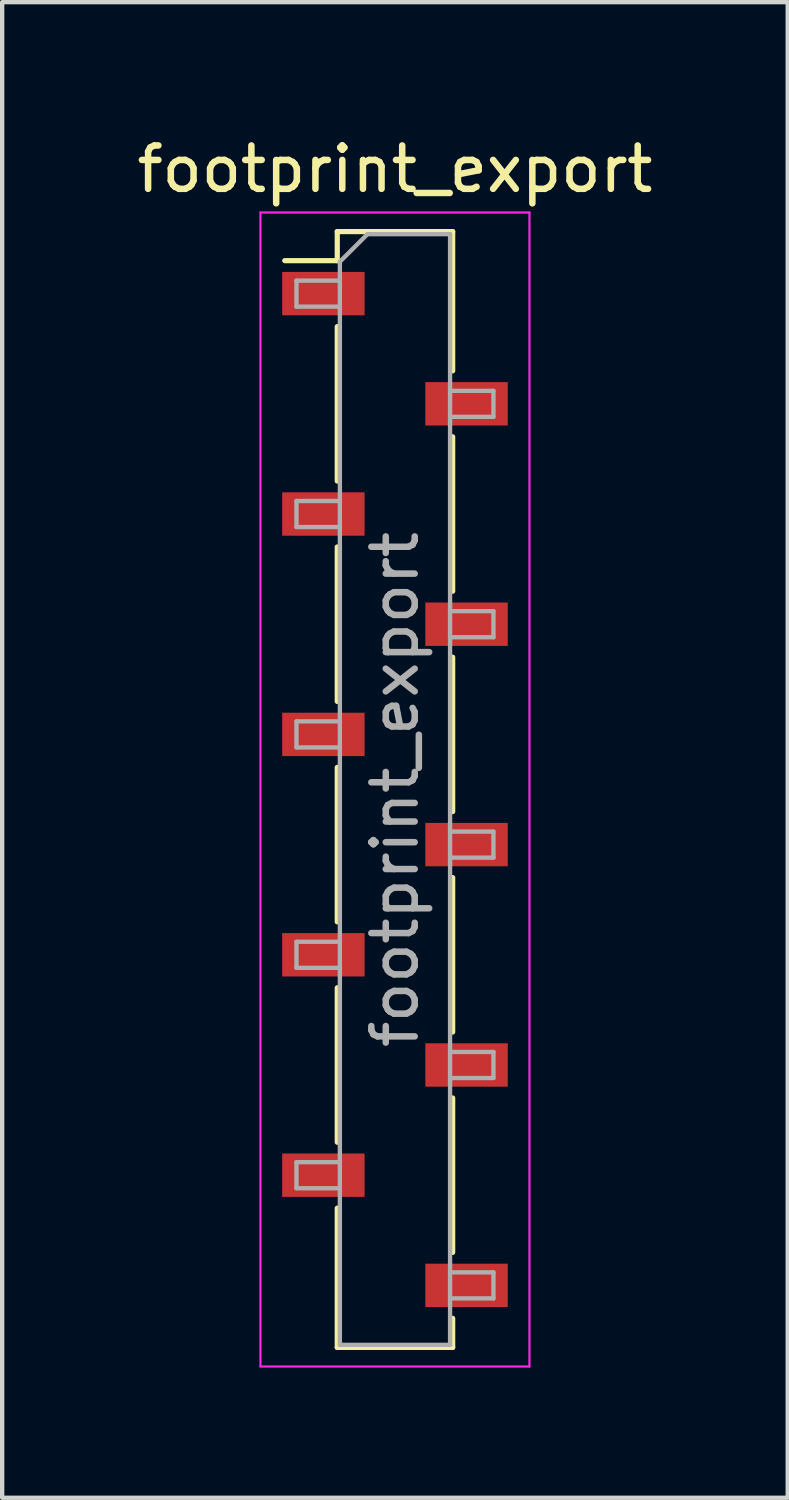
<source format=kicad_pcb>
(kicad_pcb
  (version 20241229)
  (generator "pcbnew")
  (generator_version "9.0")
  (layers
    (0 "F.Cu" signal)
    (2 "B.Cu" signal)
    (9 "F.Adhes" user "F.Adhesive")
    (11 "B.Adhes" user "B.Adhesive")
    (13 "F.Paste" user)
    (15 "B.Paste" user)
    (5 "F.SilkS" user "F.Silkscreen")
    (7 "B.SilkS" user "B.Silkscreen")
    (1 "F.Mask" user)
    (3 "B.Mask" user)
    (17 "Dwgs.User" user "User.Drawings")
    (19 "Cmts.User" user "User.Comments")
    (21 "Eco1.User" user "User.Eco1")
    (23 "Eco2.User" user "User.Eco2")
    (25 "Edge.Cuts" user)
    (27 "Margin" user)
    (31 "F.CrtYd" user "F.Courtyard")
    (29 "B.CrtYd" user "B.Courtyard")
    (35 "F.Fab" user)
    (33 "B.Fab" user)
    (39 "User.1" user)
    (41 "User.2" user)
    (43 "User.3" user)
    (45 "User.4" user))
  (footprint "footprint_export"
    (layer "F.Cu")
    (at 6.054 15.148)
    (property "Reference" "footprint_export" (at 0 -14.3 0) (layer "F.SilkS") (effects (font (size 1 1) (thickness 0.15))))
    (attr smd)
    (fp_line (start -2.54 -12.19) (end -1.33 -12.19) (stroke (width 0.12) (type solid)) (layer "F.SilkS"))
    (fp_line (start -1.33 -12.86) (end -1.33 -12.19) (stroke (width 0.12) (type solid)) (layer "F.SilkS"))
    (fp_line (start -1.33 -12.86) (end 1.33 -12.86) (stroke (width 0.12) (type solid)) (layer "F.SilkS"))
    (fp_line (start -1.33 -10.67) (end -1.33 -7.11) (stroke (width 0.12) (type solid)) (layer "F.SilkS"))
    (fp_line (start -1.33 -5.59) (end -1.33 -2.03) (stroke (width 0.12) (type solid)) (layer "F.SilkS"))
    (fp_line (start -1.33 -0.51) (end -1.33 3.05) (stroke (width 0.12) (type solid)) (layer "F.SilkS"))
    (fp_line (start -1.33 4.57) (end -1.33 8.13) (stroke (width 0.12) (type solid)) (layer "F.SilkS"))
    (fp_line (start -1.33 9.65) (end -1.33 12.86) (stroke (width 0.12) (type solid)) (layer "F.SilkS"))
    (fp_line (start -1.33 12.86) (end 1.33 12.86) (stroke (width 0.12) (type solid)) (layer "F.SilkS"))
    (fp_line (start 1.33 -12.86) (end 1.33 -9.65) (stroke (width 0.12) (type solid)) (layer "F.SilkS"))
    (fp_line (start 1.33 -8.13) (end 1.33 -4.57) (stroke (width 0.12) (type solid)) (layer "F.SilkS"))
    (fp_line (start 1.33 -3.05) (end 1.33 0.51) (stroke (width 0.12) (type solid)) (layer "F.SilkS"))
    (fp_line (start 1.33 2.03) (end 1.33 5.59) (stroke (width 0.12) (type solid)) (layer "F.SilkS"))
    (fp_line (start 1.33 7.11) (end 1.33 10.67) (stroke (width 0.12) (type solid)) (layer "F.SilkS"))
    (fp_line (start 1.33 12.19) (end 1.33 12.86) (stroke (width 0.12) (type solid)) (layer "F.SilkS"))
    (fp_line (start -3.1 -13.3) (end 3.1 -13.3) (stroke (width 0.05) (type solid)) (layer "F.CrtYd"))
    (fp_line (start -3.1 13.3) (end -3.1 -13.3) (stroke (width 0.05) (type solid)) (layer "F.CrtYd"))
    (fp_line (start 3.1 -13.3) (end 3.1 13.3) (stroke (width 0.05) (type solid)) (layer "F.CrtYd"))
    (fp_line (start 3.1 13.3) (end -3.1 13.3) (stroke (width 0.05) (type solid)) (layer "F.CrtYd"))
    (fp_line (start -2.27 -11.73) (end -1.27 -11.73) (stroke (width 0.1) (type solid)) (layer "F.Fab"))
    (fp_line (start -2.27 -11.13) (end -2.27 -11.73) (stroke (width 0.1) (type solid)) (layer "F.Fab"))
    (fp_line (start -2.27 -6.65) (end -1.27 -6.65) (stroke (width 0.1) (type solid)) (layer "F.Fab"))
    (fp_line (start -2.27 -6.05) (end -2.27 -6.65) (stroke (width 0.1) (type solid)) (layer "F.Fab"))
    (fp_line (start -2.27 -1.57) (end -1.27 -1.57) (stroke (width 0.1) (type solid)) (layer "F.Fab"))
    (fp_line (start -2.27 -0.97) (end -2.27 -1.57) (stroke (width 0.1) (type solid)) (layer "F.Fab"))
    (fp_line (start -2.27 3.51) (end -1.27 3.51) (stroke (width 0.1) (type solid)) (layer "F.Fab"))
    (fp_line (start -2.27 4.11) (end -2.27 3.51) (stroke (width 0.1) (type solid)) (layer "F.Fab"))
    (fp_line (start -2.27 8.59) (end -1.27 8.59) (stroke (width 0.1) (type solid)) (layer "F.Fab"))
    (fp_line (start -2.27 9.19) (end -2.27 8.59) (stroke (width 0.1) (type solid)) (layer "F.Fab"))
    (fp_line (start -1.27 -12.165) (end -0.635 -12.8) (stroke (width 0.1) (type solid)) (layer "F.Fab"))
    (fp_line (start -1.27 -11.13) (end -2.27 -11.13) (stroke (width 0.1) (type solid)) (layer "F.Fab"))
    (fp_line (start -1.27 -6.05) (end -2.27 -6.05) (stroke (width 0.1) (type solid)) (layer "F.Fab"))
    (fp_line (start -1.27 -0.97) (end -2.27 -0.97) (stroke (width 0.1) (type solid)) (layer "F.Fab"))
    (fp_line (start -1.27 4.11) (end -2.27 4.11) (stroke (width 0.1) (type solid)) (layer "F.Fab"))
    (fp_line (start -1.27 9.19) (end -2.27 9.19) (stroke (width 0.1) (type solid)) (layer "F.Fab"))
    (fp_line (start -1.27 12.8) (end -1.27 -12.165) (stroke (width 0.1) (type solid)) (layer "F.Fab"))
    (fp_line (start -0.635 -12.8) (end 1.27 -12.8) (stroke (width 0.1) (type solid)) (layer "F.Fab"))
    (fp_line (start 1.27 -12.8) (end 1.27 12.8) (stroke (width 0.1) (type solid)) (layer "F.Fab"))
    (fp_line (start 1.27 -9.19) (end 2.27 -9.19) (stroke (width 0.1) (type solid)) (layer "F.Fab"))
    (fp_line (start 1.27 -4.11) (end 2.27 -4.11) (stroke (width 0.1) (type solid)) (layer "F.Fab"))
    (fp_line (start 1.27 0.97) (end 2.27 0.97) (stroke (width 0.1) (type solid)) (layer "F.Fab"))
    (fp_line (start 1.27 6.05) (end 2.27 6.05) (stroke (width 0.1) (type solid)) (layer "F.Fab"))
    (fp_line (start 1.27 11.13) (end 2.27 11.13) (stroke (width 0.1) (type solid)) (layer "F.Fab"))
    (fp_line (start 1.27 12.8) (end -1.27 12.8) (stroke (width 0.1) (type solid)) (layer "F.Fab"))
    (fp_line (start 2.27 -9.19) (end 2.27 -8.59) (stroke (width 0.1) (type solid)) (layer "F.Fab"))
    (fp_line (start 2.27 -8.59) (end 1.27 -8.59) (stroke (width 0.1) (type solid)) (layer "F.Fab"))
    (fp_line (start 2.27 -4.11) (end 2.27 -3.51) (stroke (width 0.1) (type solid)) (layer "F.Fab"))
    (fp_line (start 2.27 -3.51) (end 1.27 -3.51) (stroke (width 0.1) (type solid)) (layer "F.Fab"))
    (fp_line (start 2.27 0.97) (end 2.27 1.57) (stroke (width 0.1) (type solid)) (layer "F.Fab"))
    (fp_line (start 2.27 1.57) (end 1.27 1.57) (stroke (width 0.1) (type solid)) (layer "F.Fab"))
    (fp_line (start 2.27 6.05) (end 2.27 6.65) (stroke (width 0.1) (type solid)) (layer "F.Fab"))
    (fp_line (start 2.27 6.65) (end 1.27 6.65) (stroke (width 0.1) (type solid)) (layer "F.Fab"))
    (fp_line (start 2.27 11.13) (end 2.27 11.73) (stroke (width 0.1) (type solid)) (layer "F.Fab"))
    (fp_line (start 2.27 11.73) (end 1.27 11.73) (stroke (width 0.1) (type solid)) (layer "F.Fab"))
    (fp_text user "${REFERENCE}" (at 0 0 90) (layer "F.Fab") (effects (font (size 1 1) (thickness 0.15))))
    (pad "1" smd rect (at -1.65 -11.43) (size 1.9 1) (layers "F.Cu" "F.Mask" "F.Paste"))
    (pad "2" smd rect (at 1.65 -8.89) (size 1.9 1) (layers "F.Cu" "F.Mask" "F.Paste"))
    (pad "3" smd rect (at -1.65 -6.35) (size 1.9 1) (layers "F.Cu" "F.Mask" "F.Paste"))
    (pad "4" smd rect (at 1.65 -3.81) (size 1.9 1) (layers "F.Cu" "F.Mask" "F.Paste"))
    (pad "5" smd rect (at -1.65 -1.27) (size 1.9 1) (layers "F.Cu" "F.Mask" "F.Paste"))
    (pad "6" smd rect (at 1.65 1.27) (size 1.9 1) (layers "F.Cu" "F.Mask" "F.Paste"))
    (pad "7" smd rect (at -1.65 3.81) (size 1.9 1) (layers "F.Cu" "F.Mask" "F.Paste"))
    (pad "8" smd rect (at 1.65 6.35) (size 1.9 1) (layers "F.Cu" "F.Mask" "F.Paste"))
    (pad "9" smd rect (at -1.65 8.89) (size 1.9 1) (layers "F.Cu" "F.Mask" "F.Paste"))
    (pad "10" smd rect (at 1.65 11.43) (size 1.9 1) (layers "F.Cu" "F.Mask" "F.Paste")))
  (gr_rect
    (start -3 -3)
    (end 15.107 31.473)
    (stroke (width 0.1) (type default))
    (fill no)
    (layer "Edge.Cuts")))
</source>
